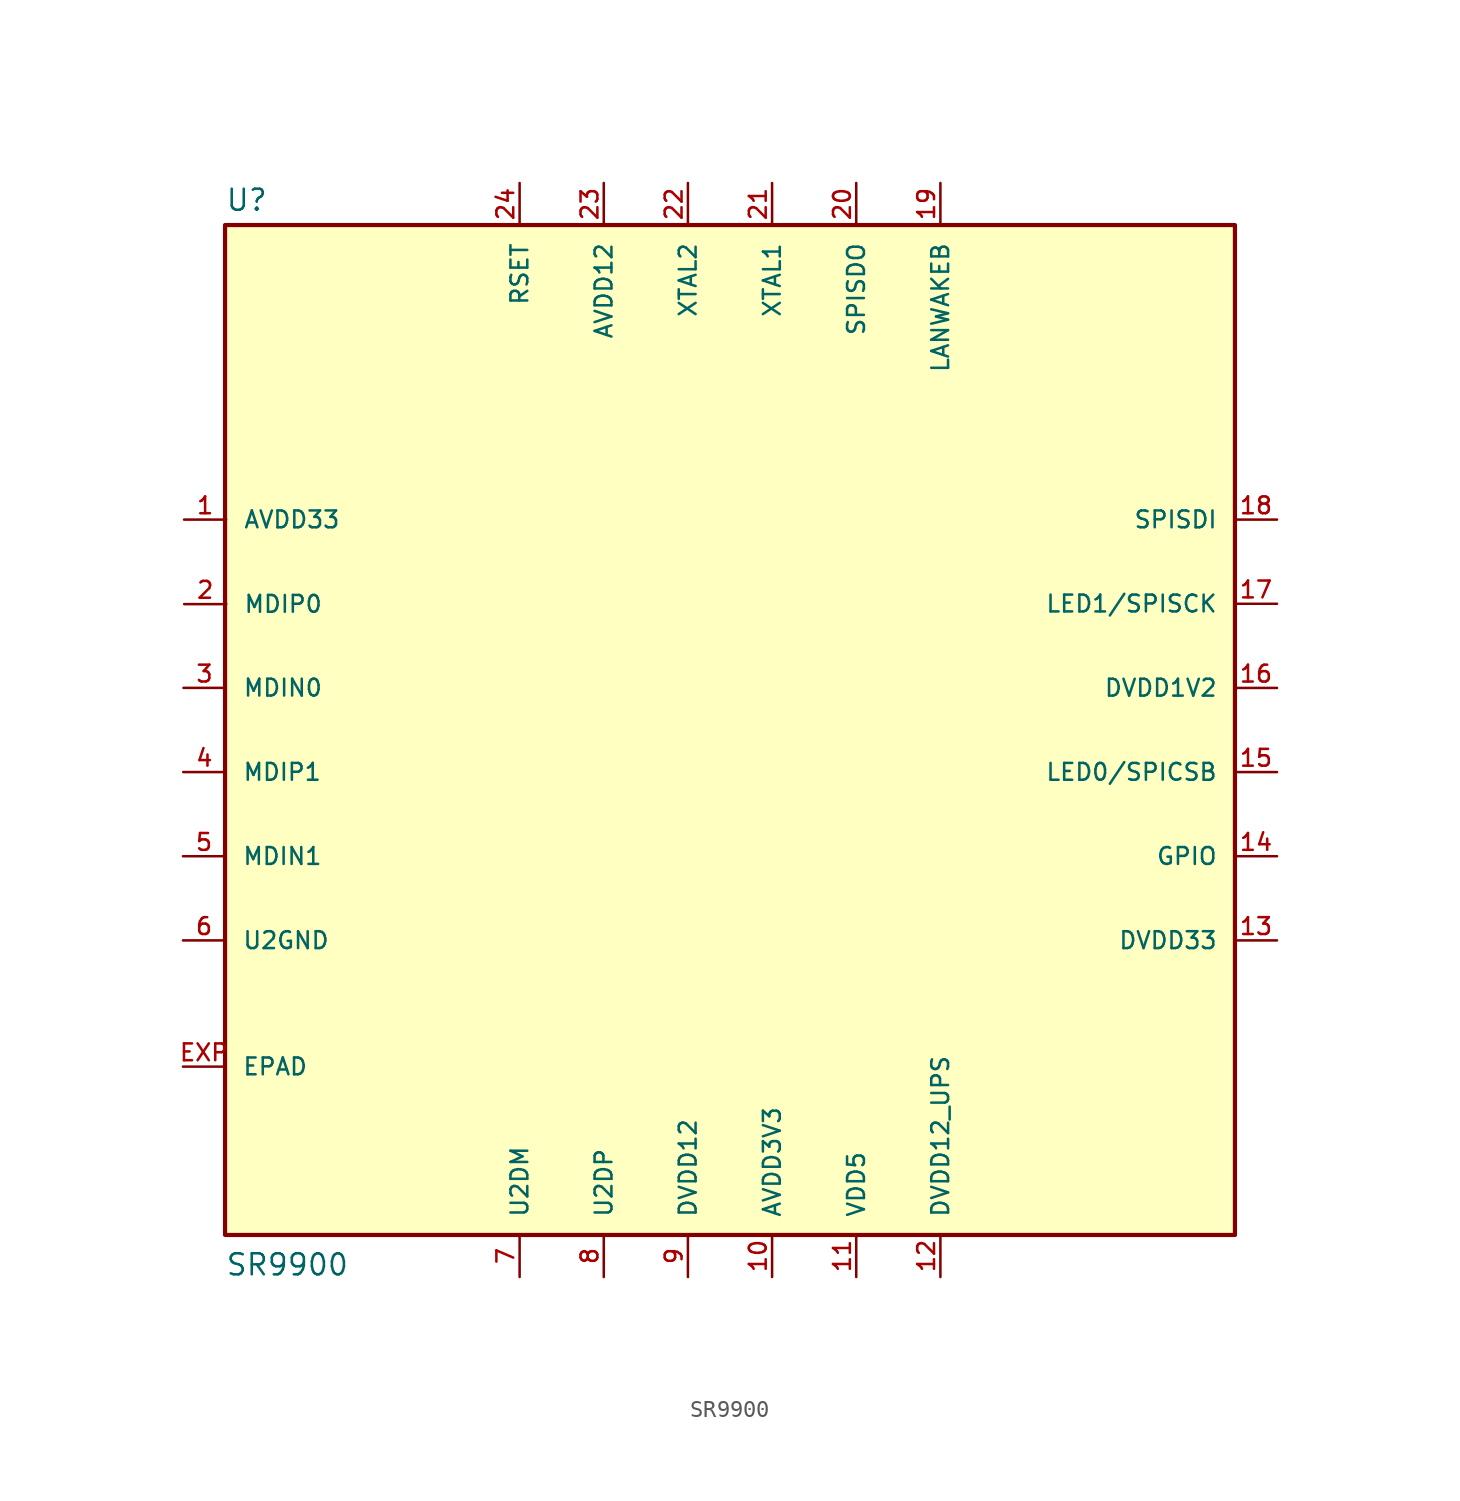
<source format=kicad_sym>
(kicad_symbol_lib
  (version 20211014)
  (generator kicad_symbol_editor)
  (symbol "SR9900"
    (pin_names
      (offset 1.016))
    (property "Reference" "U"
      (at -30.48 31.242 0)
      (effects (font (size 1.27 1.27)) (justify bottom left)))
    (property "Value" "SR9900"
      (at -30.48 -33.02 0)
      (effects (font (size 1.27 1.27)) (justify bottom left)))
    (symbol "SR9900_0_0"
      (rectangle (start -30.48 -30.48) (end 30.48 30.48) (stroke (width 0.254)) (fill (type background)))
      (pin bidirectional line (at 2.54 -33.02 90.0) (length 2.54) (name "AVDD3V3" (effects (font (size 1.016 1.016)))) (number "10" (effects (font (size 1.016 1.016)))))
      (pin bidirectional line (at -7.62 33.02 270.0) (length 2.54) (name "AVDD12" (effects (font (size 1.016 1.016)))) (number "23" (effects (font (size 1.016 1.016)))))
      (pin bidirectional line (at -32.955 12.7 0) (length 2.54) (name "AVDD33" (effects (font (size 1.016 1.016)))) (number "1" (effects (font (size 1.016 1.016)))))
      (pin bidirectional line (at 33.02 2.54 180.0) (length 2.54) (name "DVDD1V2" (effects (font (size 1.016 1.016)))) (number "16" (effects (font (size 1.016 1.016)))))
      (pin bidirectional line (at -2.54 -33.02 90.0) (length 2.54) (name "DVDD12" (effects (font (size 1.016 1.016)))) (number "9" (effects (font (size 1.016 1.016)))))
      (pin bidirectional line (at 12.7 -33.02 90.0) (length 2.54) (name "DVDD12_UPS" (effects (font (size 1.016 1.016)))) (number "12" (effects (font (size 1.016 1.016)))))
      (pin bidirectional line (at 33.02 -12.7 180.0) (length 2.54) (name "DVDD33" (effects (font (size 1.016 1.016)))) (number "13" (effects (font (size 1.016 1.016)))))
      (pin bidirectional line (at -33.02 -20.32 0) (length 2.54) (name "EPAD" (effects (font (size 1.016 1.016)))) (number "EXP" (effects (font (size 1.016 1.016)))))
      (pin bidirectional line (at 33.02 -7.62 180.0) (length 2.54) (name "GPIO" (effects (font (size 1.016 1.016)))) (number "14" (effects (font (size 1.016 1.016)))))
      (pin bidirectional line (at 12.7 33.02 270.0) (length 2.54) (name "LANWAKEB" (effects (font (size 1.016 1.016)))) (number "19" (effects (font (size 1.016 1.016)))))
      (pin bidirectional line (at 33.02 -2.54 180.0) (length 2.54) (name "LED0/SPICSB" (effects (font (size 1.016 1.016)))) (number "15" (effects (font (size 1.016 1.016)))))
      (pin bidirectional line (at 33.02 7.62 180.0) (length 2.54) (name "LED1/SPISCK" (effects (font (size 1.016 1.016)))) (number "17" (effects (font (size 1.016 1.016)))))
      (pin bidirectional line (at -32.99 2.543 0) (length 2.54) (name "MDIN0" (effects (font (size 1.016 1.016)))) (number "3" (effects (font (size 1.016 1.016)))))
      (pin bidirectional line (at -33.02 -7.62 0) (length 2.54) (name "MDIN1" (effects (font (size 1.016 1.016)))) (number "5" (effects (font (size 1.016 1.016)))))
      (pin bidirectional line (at -32.947 7.599 0) (length 2.54) (name "MDIP0" (effects (font (size 1.016 1.016)))) (number "2" (effects (font (size 1.016 1.016)))))
      (pin bidirectional line (at -33.005 -2.54 0) (length 2.54) (name "MDIP1" (effects (font (size 1.016 1.016)))) (number "4" (effects (font (size 1.016 1.016)))))
      (pin bidirectional line (at -12.7 33.02 270.0) (length 2.54) (name "RSET" (effects (font (size 1.016 1.016)))) (number "24" (effects (font (size 1.016 1.016)))))
      (pin bidirectional line (at 33.02 12.7 180.0) (length 2.54) (name "SPISDI" (effects (font (size 1.016 1.016)))) (number "18" (effects (font (size 1.016 1.016)))))
      (pin bidirectional line (at 7.62 33.02 270.0) (length 2.54) (name "SPISDO" (effects (font (size 1.016 1.016)))) (number "20" (effects (font (size 1.016 1.016)))))
      (pin bidirectional line (at -12.7 -33.02 90.0) (length 2.54) (name "U2DM" (effects (font (size 1.016 1.016)))) (number "7" (effects (font (size 1.016 1.016)))))
      (pin bidirectional line (at -7.62 -33.02 90.0) (length 2.54) (name "U2DP" (effects (font (size 1.016 1.016)))) (number "8" (effects (font (size 1.016 1.016)))))
      (pin bidirectional line (at -33.02 -12.7 0) (length 2.54) (name "U2GND" (effects (font (size 1.016 1.016)))) (number "6" (effects (font (size 1.016 1.016)))))
      (pin bidirectional line (at 7.62 -33.02 90.0) (length 2.54) (name "VDD5" (effects (font (size 1.016 1.016)))) (number "11" (effects (font (size 1.016 1.016)))))
      (pin bidirectional line (at 2.54 33.02 270.0) (length 2.54) (name "XTAL1" (effects (font (size 1.016 1.016)))) (number "21" (effects (font (size 1.016 1.016)))))
      (pin bidirectional line (at -2.54 33.02 270.0) (length 2.54) (name "XTAL2" (effects (font (size 1.016 1.016)))) (number "22" (effects (font (size 1.016 1.016))))))))
</source>
